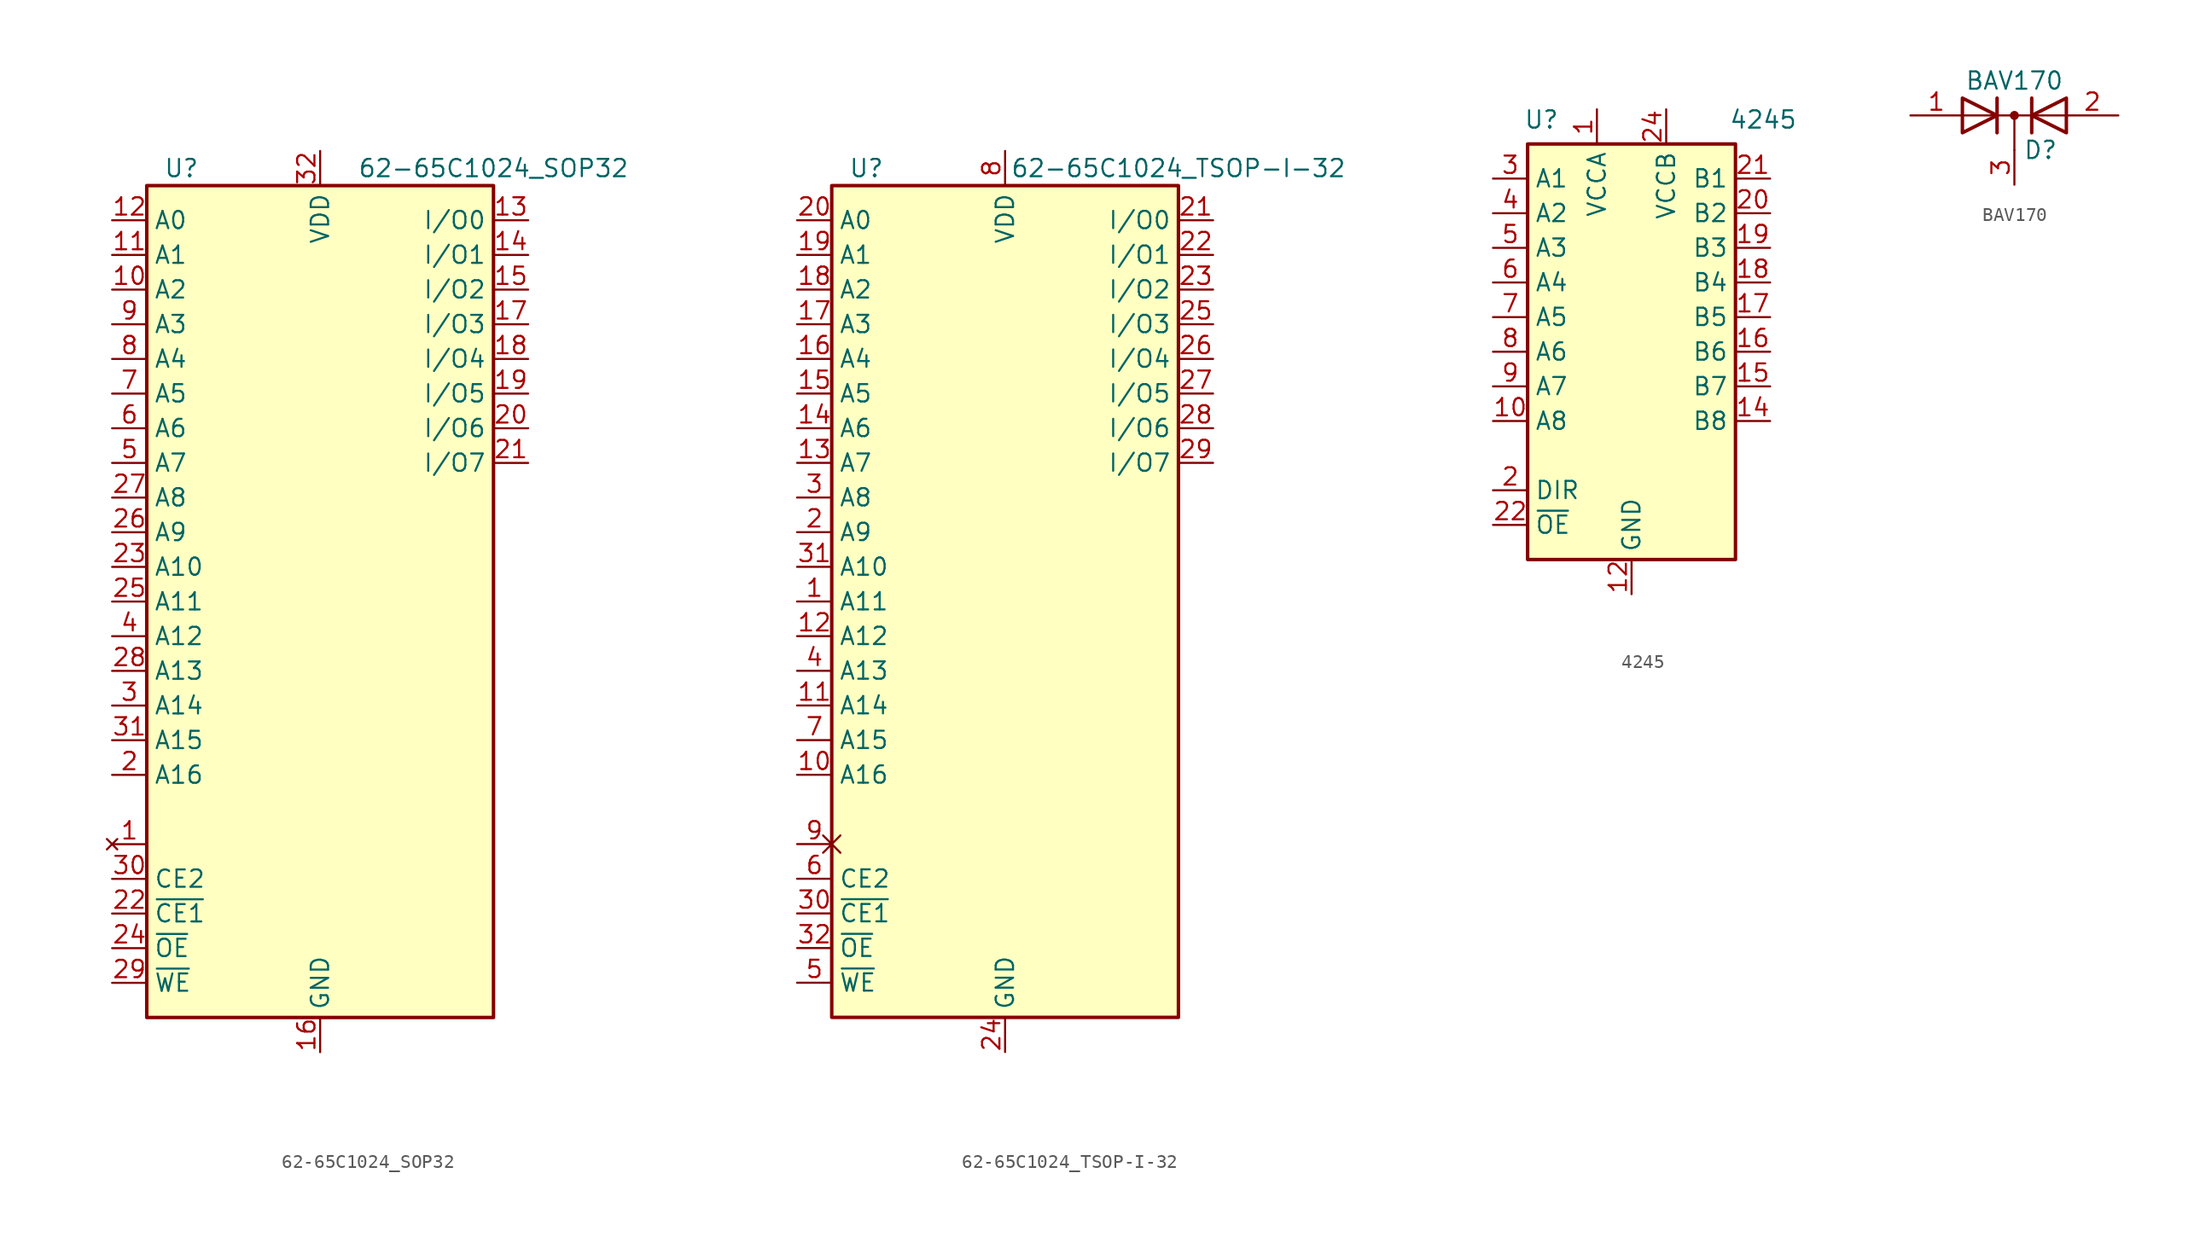
<source format=kicad_sym>
(kicad_symbol_lib
  (version 20231120)
  (generator "kicad_symbol_editor")
  (generator_version "8.0")
  (symbol "62-65C1024_SOP32"
    (property "Reference" "U"
      (at -10.16 31.75 0)
      (effects (font (size 1.27 1.27))))
    (property "Value" "62-65C1024_SOP32"
      (at 12.7 31.75 0)
      (effects (font (size 1.27 1.27))))
    (symbol "62-65C1024_SOP32_0_1"
      (rectangle (start -12.7 30.48) (end 12.7 -30.48) (stroke (width 0.254) (type default)) (fill (type background))))
    (symbol "62-65C1024_SOP32_1_1"
      (pin no_connect line (at -15.24 -17.78 0) (length 2.54) (name "~" (effects (font (size 1.27 1.27)))) (number "1" (effects (font (size 1.27 1.27)))))
      (pin input line (at -15.24 22.86 0) (length 2.54) (name "A2" (effects (font (size 1.27 1.27)))) (number "10" (effects (font (size 1.27 1.27)))))
      (pin input line (at -15.24 25.4 0) (length 2.54) (name "A1" (effects (font (size 1.27 1.27)))) (number "11" (effects (font (size 1.27 1.27)))))
      (pin input line (at -15.24 27.94 0) (length 2.54) (name "A0" (effects (font (size 1.27 1.27)))) (number "12" (effects (font (size 1.27 1.27)))))
      (pin bidirectional line (at 15.24 27.94 180) (length 2.54) (name "I/O0" (effects (font (size 1.27 1.27)))) (number "13" (effects (font (size 1.27 1.27)))))
      (pin bidirectional line (at 15.24 25.4 180) (length 2.54) (name "I/O1" (effects (font (size 1.27 1.27)))) (number "14" (effects (font (size 1.27 1.27)))))
      (pin bidirectional line (at 15.24 22.86 180) (length 2.54) (name "I/O2" (effects (font (size 1.27 1.27)))) (number "15" (effects (font (size 1.27 1.27)))))
      (pin power_in line (at 0 -33.02 90) (length 2.54) (name "GND" (effects (font (size 1.27 1.27)))) (number "16" (effects (font (size 1.27 1.27)))))
      (pin bidirectional line (at 15.24 20.32 180) (length 2.54) (name "I/O3" (effects (font (size 1.27 1.27)))) (number "17" (effects (font (size 1.27 1.27)))))
      (pin bidirectional line (at 15.24 17.78 180) (length 2.54) (name "I/O4" (effects (font (size 1.27 1.27)))) (number "18" (effects (font (size 1.27 1.27)))))
      (pin bidirectional line (at 15.24 15.24 180) (length 2.54) (name "I/O5" (effects (font (size 1.27 1.27)))) (number "19" (effects (font (size 1.27 1.27)))))
      (pin input line (at -15.24 -12.7 0) (length 2.54) (name "A16" (effects (font (size 1.27 1.27)))) (number "2" (effects (font (size 1.27 1.27)))))
      (pin bidirectional line (at 15.24 12.7 180) (length 2.54) (name "I/O6" (effects (font (size 1.27 1.27)))) (number "20" (effects (font (size 1.27 1.27)))))
      (pin bidirectional line (at 15.24 10.16 180) (length 2.54) (name "I/O7" (effects (font (size 1.27 1.27)))) (number "21" (effects (font (size 1.27 1.27)))))
      (pin input line (at -15.24 -22.86 0) (length 2.54) (name "~{CE1}" (effects (font (size 1.27 1.27)))) (number "22" (effects (font (size 1.27 1.27)))))
      (pin input line (at -15.24 2.54 0) (length 2.54) (name "A10" (effects (font (size 1.27 1.27)))) (number "23" (effects (font (size 1.27 1.27)))))
      (pin input line (at -15.24 -25.4 0) (length 2.54) (name "~{OE}" (effects (font (size 1.27 1.27)))) (number "24" (effects (font (size 1.27 1.27)))))
      (pin input line (at -15.24 0 0) (length 2.54) (name "A11" (effects (font (size 1.27 1.27)))) (number "25" (effects (font (size 1.27 1.27)))))
      (pin input line (at -15.24 5.08 0) (length 2.54) (name "A9" (effects (font (size 1.27 1.27)))) (number "26" (effects (font (size 1.27 1.27)))))
      (pin input line (at -15.24 7.62 0) (length 2.54) (name "A8" (effects (font (size 1.27 1.27)))) (number "27" (effects (font (size 1.27 1.27)))))
      (pin input line (at -15.24 -5.08 0) (length 2.54) (name "A13" (effects (font (size 1.27 1.27)))) (number "28" (effects (font (size 1.27 1.27)))))
      (pin input line (at -15.24 -27.94 0) (length 2.54) (name "~{WE}" (effects (font (size 1.27 1.27)))) (number "29" (effects (font (size 1.27 1.27)))))
      (pin input line (at -15.24 -7.62 0) (length 2.54) (name "A14" (effects (font (size 1.27 1.27)))) (number "3" (effects (font (size 1.27 1.27)))))
      (pin input line (at -15.24 -20.32 0) (length 2.54) (name "CE2" (effects (font (size 1.27 1.27)))) (number "30" (effects (font (size 1.27 1.27)))))
      (pin input line (at -15.24 -10.16 0) (length 2.54) (name "A15" (effects (font (size 1.27 1.27)))) (number "31" (effects (font (size 1.27 1.27)))))
      (pin power_in line (at 0 33.02 270) (length 2.54) (name "VDD" (effects (font (size 1.27 1.27)))) (number "32" (effects (font (size 1.27 1.27)))))
      (pin input line (at -15.24 -2.54 0) (length 2.54) (name "A12" (effects (font (size 1.27 1.27)))) (number "4" (effects (font (size 1.27 1.27)))))
      (pin input line (at -15.24 10.16 0) (length 2.54) (name "A7" (effects (font (size 1.27 1.27)))) (number "5" (effects (font (size 1.27 1.27)))))
      (pin input line (at -15.24 12.7 0) (length 2.54) (name "A6" (effects (font (size 1.27 1.27)))) (number "6" (effects (font (size 1.27 1.27)))))
      (pin input line (at -15.24 15.24 0) (length 2.54) (name "A5" (effects (font (size 1.27 1.27)))) (number "7" (effects (font (size 1.27 1.27)))))
      (pin input line (at -15.24 17.78 0) (length 2.54) (name "A4" (effects (font (size 1.27 1.27)))) (number "8" (effects (font (size 1.27 1.27)))))
      (pin input line (at -15.24 20.32 0) (length 2.54) (name "A3" (effects (font (size 1.27 1.27)))) (number "9" (effects (font (size 1.27 1.27)))))))
  (symbol "62-65C1024_TSOP-I-32"
    (property "Reference" "U"
      (at -10.16 31.75 0)
      (effects (font (size 1.27 1.27))))
    (property "Value" "62-65C1024_TSOP-I-32"
      (at 12.7 31.75 0)
      (effects (font (size 1.27 1.27))))
    (symbol "62-65C1024_TSOP-I-32_0_1"
      (rectangle (start -12.7 30.48) (end 12.7 -30.48) (stroke (width 0.254) (type default)) (fill (type background))))
    (symbol "62-65C1024_TSOP-I-32_1_1"
      (pin input line (at -15.24 0 0) (length 2.54) (name "A11" (effects (font (size 1.27 1.27)))) (number "1" (effects (font (size 1.27 1.27)))))
      (pin input line (at -15.24 -12.7 0) (length 2.54) (name "A16" (effects (font (size 1.27 1.27)))) (number "10" (effects (font (size 1.27 1.27)))))
      (pin input line (at -15.24 -7.62 0) (length 2.54) (name "A14" (effects (font (size 1.27 1.27)))) (number "11" (effects (font (size 1.27 1.27)))))
      (pin input line (at -15.24 -2.54 0) (length 2.54) (name "A12" (effects (font (size 1.27 1.27)))) (number "12" (effects (font (size 1.27 1.27)))))
      (pin input line (at -15.24 10.16 0) (length 2.54) (name "A7" (effects (font (size 1.27 1.27)))) (number "13" (effects (font (size 1.27 1.27)))))
      (pin input line (at -15.24 12.7 0) (length 2.54) (name "A6" (effects (font (size 1.27 1.27)))) (number "14" (effects (font (size 1.27 1.27)))))
      (pin input line (at -15.24 15.24 0) (length 2.54) (name "A5" (effects (font (size 1.27 1.27)))) (number "15" (effects (font (size 1.27 1.27)))))
      (pin input line (at -15.24 17.78 0) (length 2.54) (name "A4" (effects (font (size 1.27 1.27)))) (number "16" (effects (font (size 1.27 1.27)))))
      (pin input line (at -15.24 20.32 0) (length 2.54) (name "A3" (effects (font (size 1.27 1.27)))) (number "17" (effects (font (size 1.27 1.27)))))
      (pin input line (at -15.24 22.86 0) (length 2.54) (name "A2" (effects (font (size 1.27 1.27)))) (number "18" (effects (font (size 1.27 1.27)))))
      (pin input line (at -15.24 25.4 0) (length 2.54) (name "A1" (effects (font (size 1.27 1.27)))) (number "19" (effects (font (size 1.27 1.27)))))
      (pin input line (at -15.24 5.08 0) (length 2.54) (name "A9" (effects (font (size 1.27 1.27)))) (number "2" (effects (font (size 1.27 1.27)))))
      (pin input line (at -15.24 27.94 0) (length 2.54) (name "A0" (effects (font (size 1.27 1.27)))) (number "20" (effects (font (size 1.27 1.27)))))
      (pin bidirectional line (at 15.24 27.94 180) (length 2.54) (name "I/O0" (effects (font (size 1.27 1.27)))) (number "21" (effects (font (size 1.27 1.27)))))
      (pin bidirectional line (at 15.24 25.4 180) (length 2.54) (name "I/O1" (effects (font (size 1.27 1.27)))) (number "22" (effects (font (size 1.27 1.27)))))
      (pin bidirectional line (at 15.24 22.86 180) (length 2.54) (name "I/O2" (effects (font (size 1.27 1.27)))) (number "23" (effects (font (size 1.27 1.27)))))
      (pin power_in line (at 0 -33.02 90) (length 2.54) (name "GND" (effects (font (size 1.27 1.27)))) (number "24" (effects (font (size 1.27 1.27)))))
      (pin bidirectional line (at 15.24 20.32 180) (length 2.54) (name "I/O3" (effects (font (size 1.27 1.27)))) (number "25" (effects (font (size 1.27 1.27)))))
      (pin bidirectional line (at 15.24 17.78 180) (length 2.54) (name "I/O4" (effects (font (size 1.27 1.27)))) (number "26" (effects (font (size 1.27 1.27)))))
      (pin bidirectional line (at 15.24 15.24 180) (length 2.54) (name "I/O5" (effects (font (size 1.27 1.27)))) (number "27" (effects (font (size 1.27 1.27)))))
      (pin bidirectional line (at 15.24 12.7 180) (length 2.54) (name "I/O6" (effects (font (size 1.27 1.27)))) (number "28" (effects (font (size 1.27 1.27)))))
      (pin bidirectional line (at 15.24 10.16 180) (length 2.54) (name "I/O7" (effects (font (size 1.27 1.27)))) (number "29" (effects (font (size 1.27 1.27)))))
      (pin input line (at -15.24 7.62 0) (length 2.54) (name "A8" (effects (font (size 1.27 1.27)))) (number "3" (effects (font (size 1.27 1.27)))))
      (pin input line (at -15.24 -22.86 0) (length 2.54) (name "~{CE1}" (effects (font (size 1.27 1.27)))) (number "30" (effects (font (size 1.27 1.27)))))
      (pin input line (at -15.24 2.54 0) (length 2.54) (name "A10" (effects (font (size 1.27 1.27)))) (number "31" (effects (font (size 1.27 1.27)))))
      (pin input line (at -15.24 -25.4 0) (length 2.54) (name "~{OE}" (effects (font (size 1.27 1.27)))) (number "32" (effects (font (size 1.27 1.27)))))
      (pin input line (at -15.24 -5.08 0) (length 2.54) (name "A13" (effects (font (size 1.27 1.27)))) (number "4" (effects (font (size 1.27 1.27)))))
      (pin input line (at -15.24 -27.94 0) (length 2.54) (name "~{WE}" (effects (font (size 1.27 1.27)))) (number "5" (effects (font (size 1.27 1.27)))))
      (pin input line (at -15.24 -20.32 0) (length 2.54) (name "CE2" (effects (font (size 1.27 1.27)))) (number "6" (effects (font (size 1.27 1.27)))))
      (pin input line (at -15.24 -10.16 0) (length 2.54) (name "A15" (effects (font (size 1.27 1.27)))) (number "7" (effects (font (size 1.27 1.27)))))
      (pin power_in line (at 0 33.02 270) (length 2.54) (name "VDD" (effects (font (size 1.27 1.27)))) (number "8" (effects (font (size 1.27 1.27)))))
      (pin passive non_logic (at -15.24 -17.78 0) (length 2.54) (name "~" (effects (font (size 1.27 1.27)))) (number "9" (effects (font (size 1.27 1.27)))))))
  (symbol "4245"
    (property "Reference" "U"
      (at -6.604 17.018 0)
      (effects (font (size 1.27 1.27))))
    (property "Value" "4245"
      (at 9.652 17.018 0)
      (effects (font (size 1.27 1.27))))
    (symbol "4245_0_1"
      (rectangle (start -7.62 15.24) (end 7.62 -15.24) (stroke (width 0.254) (type default)) (fill (type background))))
    (symbol "4245_1_1"
      (pin power_in line (at -2.54 17.78 270) (length 2.54) (name "VCCA" (effects (font (size 1.27 1.27)))) (number "1" (effects (font (size 1.27 1.27)))))
      (pin bidirectional line (at -10.16 -5.08 0) (length 2.54) (name "A8" (effects (font (size 1.27 1.27)))) (number "10" (effects (font (size 1.27 1.27)))))
      (pin passive line (at 0 -17.78 90) (length 2.54) hide (name "GND" (effects (font (size 1.27 1.27)))) (number "11" (effects (font (size 1.27 1.27)))))
      (pin power_in line (at 0 -17.78 90) (length 2.54) (name "GND" (effects (font (size 1.27 1.27)))) (number "12" (effects (font (size 1.27 1.27)))))
      (pin passive line (at 0 -17.78 90) (length 2.54) hide (name "GND" (effects (font (size 1.27 1.27)))) (number "13" (effects (font (size 1.27 1.27)))))
      (pin bidirectional line (at 10.16 -5.08 180) (length 2.54) (name "B8" (effects (font (size 1.27 1.27)))) (number "14" (effects (font (size 1.27 1.27)))))
      (pin bidirectional line (at 10.16 -2.54 180) (length 2.54) (name "B7" (effects (font (size 1.27 1.27)))) (number "15" (effects (font (size 1.27 1.27)))))
      (pin bidirectional line (at 10.16 0 180) (length 2.54) (name "B6" (effects (font (size 1.27 1.27)))) (number "16" (effects (font (size 1.27 1.27)))))
      (pin bidirectional line (at 10.16 2.54 180) (length 2.54) (name "B5" (effects (font (size 1.27 1.27)))) (number "17" (effects (font (size 1.27 1.27)))))
      (pin bidirectional line (at 10.16 5.08 180) (length 2.54) (name "B4" (effects (font (size 1.27 1.27)))) (number "18" (effects (font (size 1.27 1.27)))))
      (pin bidirectional line (at 10.16 7.62 180) (length 2.54) (name "B3" (effects (font (size 1.27 1.27)))) (number "19" (effects (font (size 1.27 1.27)))))
      (pin input line (at -10.16 -10.16 0) (length 2.54) (name "DIR" (effects (font (size 1.27 1.27)))) (number "2" (effects (font (size 1.27 1.27)))))
      (pin bidirectional line (at 10.16 10.16 180) (length 2.54) (name "B2" (effects (font (size 1.27 1.27)))) (number "20" (effects (font (size 1.27 1.27)))))
      (pin bidirectional line (at 10.16 12.7 180) (length 2.54) (name "B1" (effects (font (size 1.27 1.27)))) (number "21" (effects (font (size 1.27 1.27)))))
      (pin input line (at -10.16 -12.7 0) (length 2.54) (name "~{OE}" (effects (font (size 1.27 1.27)))) (number "22" (effects (font (size 1.27 1.27)))))
      (pin passive line (at 2.54 17.78 270) (length 2.54) hide (name "VCCB" (effects (font (size 1.27 1.27)))) (number "23" (effects (font (size 1.27 1.27)))))
      (pin power_in line (at 2.54 17.78 270) (length 2.54) (name "VCCB" (effects (font (size 1.27 1.27)))) (number "24" (effects (font (size 1.27 1.27)))))
      (pin bidirectional line (at -10.16 12.7 0) (length 2.54) (name "A1" (effects (font (size 1.27 1.27)))) (number "3" (effects (font (size 1.27 1.27)))))
      (pin bidirectional line (at -10.16 10.16 0) (length 2.54) (name "A2" (effects (font (size 1.27 1.27)))) (number "4" (effects (font (size 1.27 1.27)))))
      (pin bidirectional line (at -10.16 7.62 0) (length 2.54) (name "A3" (effects (font (size 1.27 1.27)))) (number "5" (effects (font (size 1.27 1.27)))))
      (pin bidirectional line (at -10.16 5.08 0) (length 2.54) (name "A4" (effects (font (size 1.27 1.27)))) (number "6" (effects (font (size 1.27 1.27)))))
      (pin bidirectional line (at -10.16 2.54 0) (length 2.54) (name "A5" (effects (font (size 1.27 1.27)))) (number "7" (effects (font (size 1.27 1.27)))))
      (pin bidirectional line (at -10.16 0 0) (length 2.54) (name "A6" (effects (font (size 1.27 1.27)))) (number "8" (effects (font (size 1.27 1.27)))))
      (pin bidirectional line (at -10.16 -2.54 0) (length 2.54) (name "A7" (effects (font (size 1.27 1.27)))) (number "9" (effects (font (size 1.27 1.27)))))))
  (symbol "BAV170"
    (pin_names hide)
    (property "Reference" "D"
      (at 0.635 -2.54 0)
      (effects (font (size 1.27 1.27)) (justify left)))
    (property "Value" "BAV170"
      (at 0 2.54 0)
      (effects (font (size 1.27 1.27))))
    (symbol "BAV170_0_1"
      (polyline (pts (xy -3.81 0) (xy 3.81 0)) (stroke (width 0) (type default)) (fill (type none)))
      (polyline (pts (xy 0 0) (xy 0 -2.54)) (stroke (width 0) (type default)) (fill (type none)))
      (polyline (pts (xy -1.27 -1.27) (xy -1.27 1.27) (xy -1.27 1.27)) (stroke (width 0.254) (type default)) (fill (type none)))
      (polyline (pts (xy 1.27 -1.27) (xy 1.27 1.27) (xy 1.27 1.27)) (stroke (width 0.254) (type default)) (fill (type none)))
      (polyline (pts (xy -3.81 1.27) (xy -1.27 0) (xy -3.81 -1.27) (xy -3.81 1.27) (xy -3.81 1.27) (xy -3.81 1.27)) (stroke (width 0.254) (type default)) (fill (type none)))
      (polyline (pts (xy 3.81 -1.27) (xy 1.27 0) (xy 3.81 1.27) (xy 3.81 -1.27) (xy 3.81 -1.27) (xy 3.81 -1.27)) (stroke (width 0.254) (type default)) (fill (type none)))
      (circle (center 0 0) (radius 0.254) (stroke (width 0) (type default)) (fill (type outline)))
      (pin passive line (at -7.62 0 0) (length 3.81) (name "A" (effects (font (size 1.27 1.27)))) (number "1" (effects (font (size 1.27 1.27)))))
      (pin passive line (at 7.62 0 180) (length 3.81) (name "A" (effects (font (size 1.27 1.27)))) (number "2" (effects (font (size 1.27 1.27)))))
      (pin passive line (at 0 -5.08 90) (length 2.54) (name "K" (effects (font (size 1.27 1.27)))) (number "3" (effects (font (size 1.27 1.27))))))))
</source>
